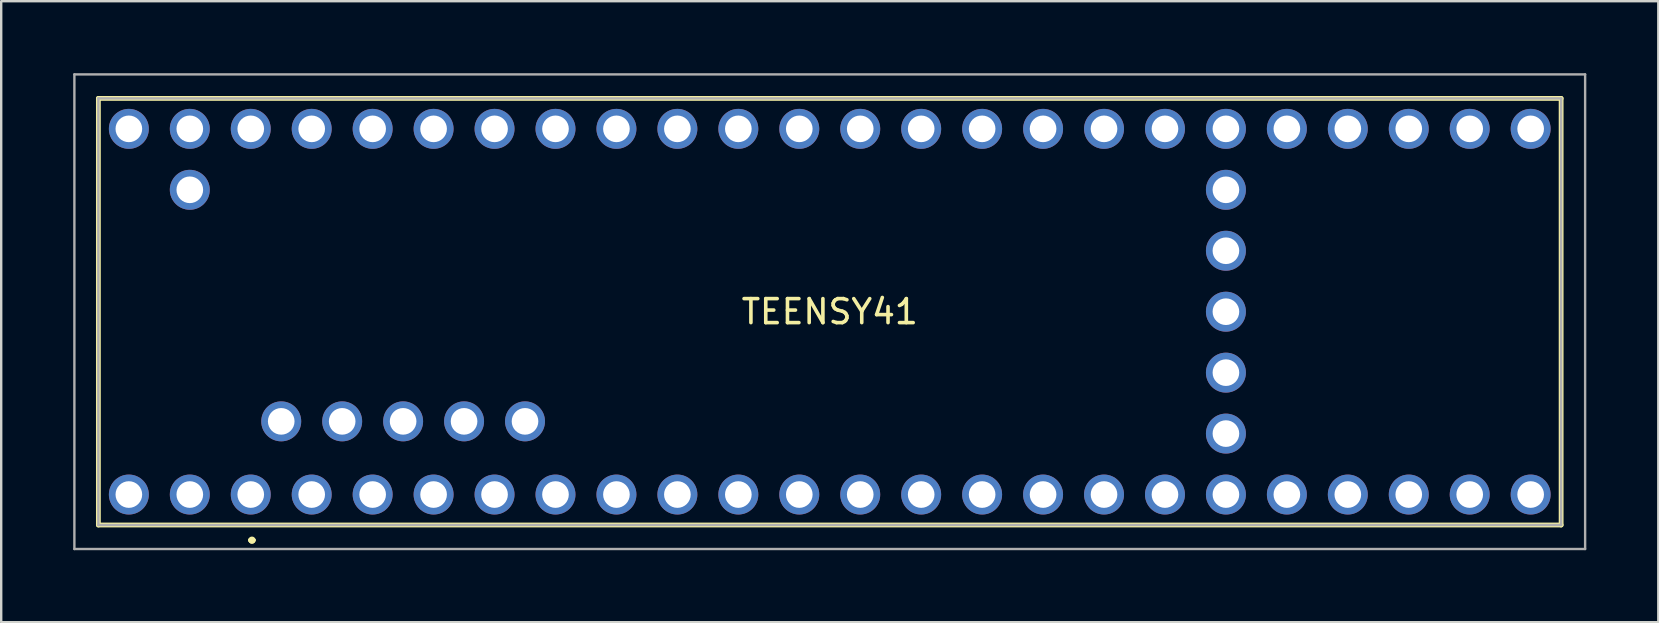
<source format=kicad_pcb>
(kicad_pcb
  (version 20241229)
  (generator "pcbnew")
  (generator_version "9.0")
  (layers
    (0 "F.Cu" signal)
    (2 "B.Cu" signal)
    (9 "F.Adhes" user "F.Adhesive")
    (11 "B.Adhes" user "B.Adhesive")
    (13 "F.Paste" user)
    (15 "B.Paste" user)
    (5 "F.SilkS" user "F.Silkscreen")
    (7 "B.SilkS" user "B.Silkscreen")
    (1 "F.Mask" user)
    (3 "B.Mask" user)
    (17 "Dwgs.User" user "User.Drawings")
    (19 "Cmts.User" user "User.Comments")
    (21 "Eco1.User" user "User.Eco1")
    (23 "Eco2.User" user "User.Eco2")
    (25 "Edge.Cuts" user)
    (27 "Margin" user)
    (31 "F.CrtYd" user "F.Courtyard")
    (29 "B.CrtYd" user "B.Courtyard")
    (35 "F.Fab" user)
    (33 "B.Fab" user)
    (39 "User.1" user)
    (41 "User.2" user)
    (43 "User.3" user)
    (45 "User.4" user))
  (footprint "TEENSY41"
    (layer "F.Cu")
    (at 7.4 17.56)
    (property "Reference" "TEENSY41" (at 24.13 -7.62 0) (layer "F.SilkS") (effects (font (size 1 1) (thickness 0.15))))
    (attr through_hole)
    (fp_line (start -6.35 -16.51) (end -6.35 1.27) (stroke (width 0.2) (type solid)) (layer "F.SilkS"))
    (fp_line (start -6.35 1.27) (end 54.61 1.27) (stroke (width 0.2) (type solid)) (layer "F.SilkS"))
    (fp_line (start 0 1.9) (end 0 1.9) (stroke (width 0.2) (type solid)) (layer "F.SilkS"))
    (fp_line (start 0 1.9) (end 0 1.9) (stroke (width 0.2) (type solid)) (layer "F.SilkS"))
    (fp_line (start 0.1 1.9) (end 0.1 1.9) (stroke (width 0.2) (type solid)) (layer "F.SilkS"))
    (fp_line (start 54.61 -16.51) (end -6.35 -16.51) (stroke (width 0.2) (type solid)) (layer "F.SilkS"))
    (fp_line (start 54.61 1.27) (end 54.61 -16.51) (stroke (width 0.2) (type solid)) (layer "F.SilkS"))
    (fp_arc (start 0 1.9) (mid 0.05 1.85) (end 0.1 1.9) (stroke (width 0.2) (type solid)) (layer "F.SilkS"))
    (fp_arc (start 0.1 1.9) (mid 0.05 1.95) (end 0 1.9) (stroke (width 0.2) (type solid)) (layer "F.SilkS"))
    (fp_arc (start 0.1 1.9) (mid 0.05 1.95) (end 0 1.9) (stroke (width 0.2) (type solid)) (layer "F.SilkS"))
    (fp_line (start -7.35 -17.51) (end 55.61 -17.51) (stroke (width 0.1) (type solid)) (layer "F.Fab"))
    (fp_line (start -7.35 2.27) (end -7.35 -17.51) (stroke (width 0.1) (type solid)) (layer "F.Fab"))
    (fp_line (start -6.35 -16.51) (end -6.35 1.27) (stroke (width 0.1) (type solid)) (layer "F.Fab"))
    (fp_line (start -6.35 1.27) (end 54.61 1.27) (stroke (width 0.1) (type solid)) (layer "F.Fab"))
    (fp_line (start 54.61 -16.51) (end -6.35 -16.51) (stroke (width 0.1) (type solid)) (layer "F.Fab"))
    (fp_line (start 54.61 1.27) (end 54.61 -16.51) (stroke (width 0.1) (type solid)) (layer "F.Fab"))
    (fp_line (start 55.61 -17.51) (end 55.61 2.27) (stroke (width 0.1) (type solid)) (layer "F.Fab"))
    (fp_line (start 55.61 2.27) (end -7.35 2.27) (stroke (width 0.1) (type solid)) (layer "F.Fab"))
    (pad "1" thru_hole circle (at 0 0) (size 1.665 1.665) (drill 1.11) (layers "*.Cu" "*.Mask"))
    (pad "2" thru_hole circle (at 2.54 0) (size 1.665 1.665) (drill 1.11) (layers "*.Cu" "*.Mask"))
    (pad "3" thru_hole circle (at 5.08 0) (size 1.665 1.665) (drill 1.11) (layers "*.Cu" "*.Mask"))
    (pad "4" thru_hole circle (at 7.62 0) (size 1.665 1.665) (drill 1.11) (layers "*.Cu" "*.Mask"))
    (pad "5" thru_hole circle (at 10.16 0) (size 1.665 1.665) (drill 1.11) (layers "*.Cu" "*.Mask"))
    (pad "6" thru_hole circle (at 12.7 0) (size 1.665 1.665) (drill 1.11) (layers "*.Cu" "*.Mask"))
    (pad "7" thru_hole circle (at 15.24 0) (size 1.665 1.665) (drill 1.11) (layers "*.Cu" "*.Mask"))
    (pad "8" thru_hole circle (at 17.78 0) (size 1.665 1.665) (drill 1.11) (layers "*.Cu" "*.Mask"))
    (pad "9" thru_hole circle (at 20.32 0) (size 1.665 1.665) (drill 1.11) (layers "*.Cu" "*.Mask"))
    (pad "10" thru_hole circle (at 22.86 0) (size 1.665 1.665) (drill 1.11) (layers "*.Cu" "*.Mask"))
    (pad "11" thru_hole circle (at 25.4 0) (size 1.665 1.665) (drill 1.11) (layers "*.Cu" "*.Mask"))
    (pad "12" thru_hole circle (at 27.94 0) (size 1.665 1.665) (drill 1.11) (layers "*.Cu" "*.Mask"))
    (pad "13" thru_hole circle (at 27.94 -15.24) (size 1.665 1.665) (drill 1.11) (layers "*.Cu" "*.Mask"))
    (pad "14" thru_hole circle (at 25.4 -15.24) (size 1.665 1.665) (drill 1.11) (layers "*.Cu" "*.Mask"))
    (pad "15" thru_hole circle (at 22.86 -15.24) (size 1.665 1.665) (drill 1.11) (layers "*.Cu" "*.Mask"))
    (pad "16" thru_hole circle (at 20.32 -15.24) (size 1.665 1.665) (drill 1.11) (layers "*.Cu" "*.Mask"))
    (pad "17" thru_hole circle (at 17.78 -15.24) (size 1.665 1.665) (drill 1.11) (layers "*.Cu" "*.Mask"))
    (pad "18" thru_hole circle (at 15.24 -15.24) (size 1.665 1.665) (drill 1.11) (layers "*.Cu" "*.Mask"))
    (pad "19" thru_hole circle (at 12.7 -15.24) (size 1.665 1.665) (drill 1.11) (layers "*.Cu" "*.Mask"))
    (pad "20" thru_hole circle (at 10.16 -15.24) (size 1.665 1.665) (drill 1.11) (layers "*.Cu" "*.Mask"))
    (pad "21" thru_hole circle (at 7.62 -15.24) (size 1.665 1.665) (drill 1.11) (layers "*.Cu" "*.Mask"))
    (pad "22" thru_hole circle (at 5.08 -15.24) (size 1.665 1.665) (drill 1.11) (layers "*.Cu" "*.Mask"))
    (pad "23" thru_hole circle (at 2.54 -15.24) (size 1.665 1.665) (drill 1.11) (layers "*.Cu" "*.Mask"))
    (pad "24" thru_hole circle (at 33.02 0) (size 1.665 1.665) (drill 1.11) (layers "*.Cu" "*.Mask"))
    (pad "25" thru_hole circle (at 35.56 0) (size 1.665 1.665) (drill 1.11) (layers "*.Cu" "*.Mask"))
    (pad "26" thru_hole circle (at 38.1 0) (size 1.665 1.665) (drill 1.11) (layers "*.Cu" "*.Mask"))
    (pad "27" thru_hole circle (at 40.64 0) (size 1.665 1.665) (drill 1.11) (layers "*.Cu" "*.Mask"))
    (pad "28" thru_hole circle (at 43.18 0) (size 1.665 1.665) (drill 1.11) (layers "*.Cu" "*.Mask"))
    (pad "29" thru_hole circle (at 45.72 0) (size 1.665 1.665) (drill 1.11) (layers "*.Cu" "*.Mask"))
    (pad "30" thru_hole circle (at 48.26 0) (size 1.665 1.665) (drill 1.11) (layers "*.Cu" "*.Mask"))
    (pad "31" thru_hole circle (at 50.8 0) (size 1.665 1.665) (drill 1.11) (layers "*.Cu" "*.Mask"))
    (pad "32" thru_hole circle (at 53.34 0) (size 1.665 1.665) (drill 1.11) (layers "*.Cu" "*.Mask"))
    (pad "33" thru_hole circle (at 53.34 -15.24) (size 1.665 1.665) (drill 1.11) (layers "*.Cu" "*.Mask"))
    (pad "34" thru_hole circle (at 50.8 -15.24) (size 1.665 1.665) (drill 1.11) (layers "*.Cu" "*.Mask"))
    (pad "35" thru_hole circle (at 48.26 -15.24) (size 1.665 1.665) (drill 1.11) (layers "*.Cu" "*.Mask"))
    (pad "36" thru_hole circle (at 45.72 -15.24) (size 1.665 1.665) (drill 1.11) (layers "*.Cu" "*.Mask"))
    (pad "37" thru_hole circle (at 43.18 -15.24) (size 1.665 1.665) (drill 1.11) (layers "*.Cu" "*.Mask"))
    (pad "38" thru_hole circle (at 40.64 -15.24) (size 1.665 1.665) (drill 1.11) (layers "*.Cu" "*.Mask"))
    (pad "39" thru_hole circle (at 38.1 -15.24) (size 1.665 1.665) (drill 1.11) (layers "*.Cu" "*.Mask"))
    (pad "40" thru_hole circle (at 35.56 -15.24) (size 1.665 1.665) (drill 1.11) (layers "*.Cu" "*.Mask"))
    (pad "41" thru_hole circle (at 33.02 -15.24) (size 1.665 1.665) (drill 1.11) (layers "*.Cu" "*.Mask"))
    (pad "42" thru_hole circle (at 30.48 0) (size 1.665 1.665) (drill 1.11) (layers "*.Cu" "*.Mask"))
    (pad "43" thru_hole circle (at 40.64 -2.54) (size 1.665 1.665) (drill 1.11) (layers "*.Cu" "*.Mask"))
    (pad "44" thru_hole circle (at 40.64 -5.08) (size 1.665 1.665) (drill 1.11) (layers "*.Cu" "*.Mask"))
    (pad "45" thru_hole circle (at 40.64 -7.62) (size 1.665 1.665) (drill 1.11) (layers "*.Cu" "*.Mask"))
    (pad "46" thru_hole circle (at 40.64 -10.16) (size 1.665 1.665) (drill 1.11) (layers "*.Cu" "*.Mask"))
    (pad "47" thru_hole circle (at 40.64 -12.7) (size 1.665 1.665) (drill 1.11) (layers "*.Cu" "*.Mask"))
    (pad "48" thru_hole circle (at 11.43 -3.05) (size 1.665 1.665) (drill 1.11) (layers "*.Cu" "*.Mask"))
    (pad "49" thru_hole circle (at 8.89 -3.05) (size 1.665 1.665) (drill 1.11) (layers "*.Cu" "*.Mask"))
    (pad "50" thru_hole circle (at 6.35 -3.05) (size 1.665 1.665) (drill 1.11) (layers "*.Cu" "*.Mask"))
    (pad "51" thru_hole circle (at 3.81 -3.05) (size 1.665 1.665) (drill 1.11) (layers "*.Cu" "*.Mask"))
    (pad "52" thru_hole circle (at 1.27 -3.05) (size 1.665 1.665) (drill 1.11) (layers "*.Cu" "*.Mask"))
    (pad "53" thru_hole circle (at 0 -15.24) (size 1.665 1.665) (drill 1.11) (layers "*.Cu" "*.Mask"))
    (pad "55" thru_hole circle (at -5.08 -15.24) (size 1.665 1.665) (drill 1.11) (layers "*.Cu" "*.Mask"))
    (pad "57" thru_hole circle (at -2.54 0) (size 1.665 1.665) (drill 1.11) (layers "*.Cu" "*.Mask"))
    (pad "68" thru_hole circle (at -2.54 -12.7) (size 1.665 1.665) (drill 1.11) (layers "*.Cu" "*.Mask"))
    (pad "69" thru_hole circle (at 30.48 -15.24) (size 1.665 1.665) (drill 1.11) (layers "*.Cu" "*.Mask"))
    (pad "70" thru_hole circle (at -2.54 -15.24) (size 1.665 1.665) (drill 1.11) (layers "*.Cu" "*.Mask"))
    (pad "71" thru_hole circle (at -5.08 0) (size 1.665 1.665) (drill 1.11) (layers "*.Cu" "*.Mask")))
  (gr_rect
    (start -3 -3)
    (end 66.06 22.88)
    (stroke (width 0.1) (type default))
    (fill no)
    (layer "Edge.Cuts")))
</source>
